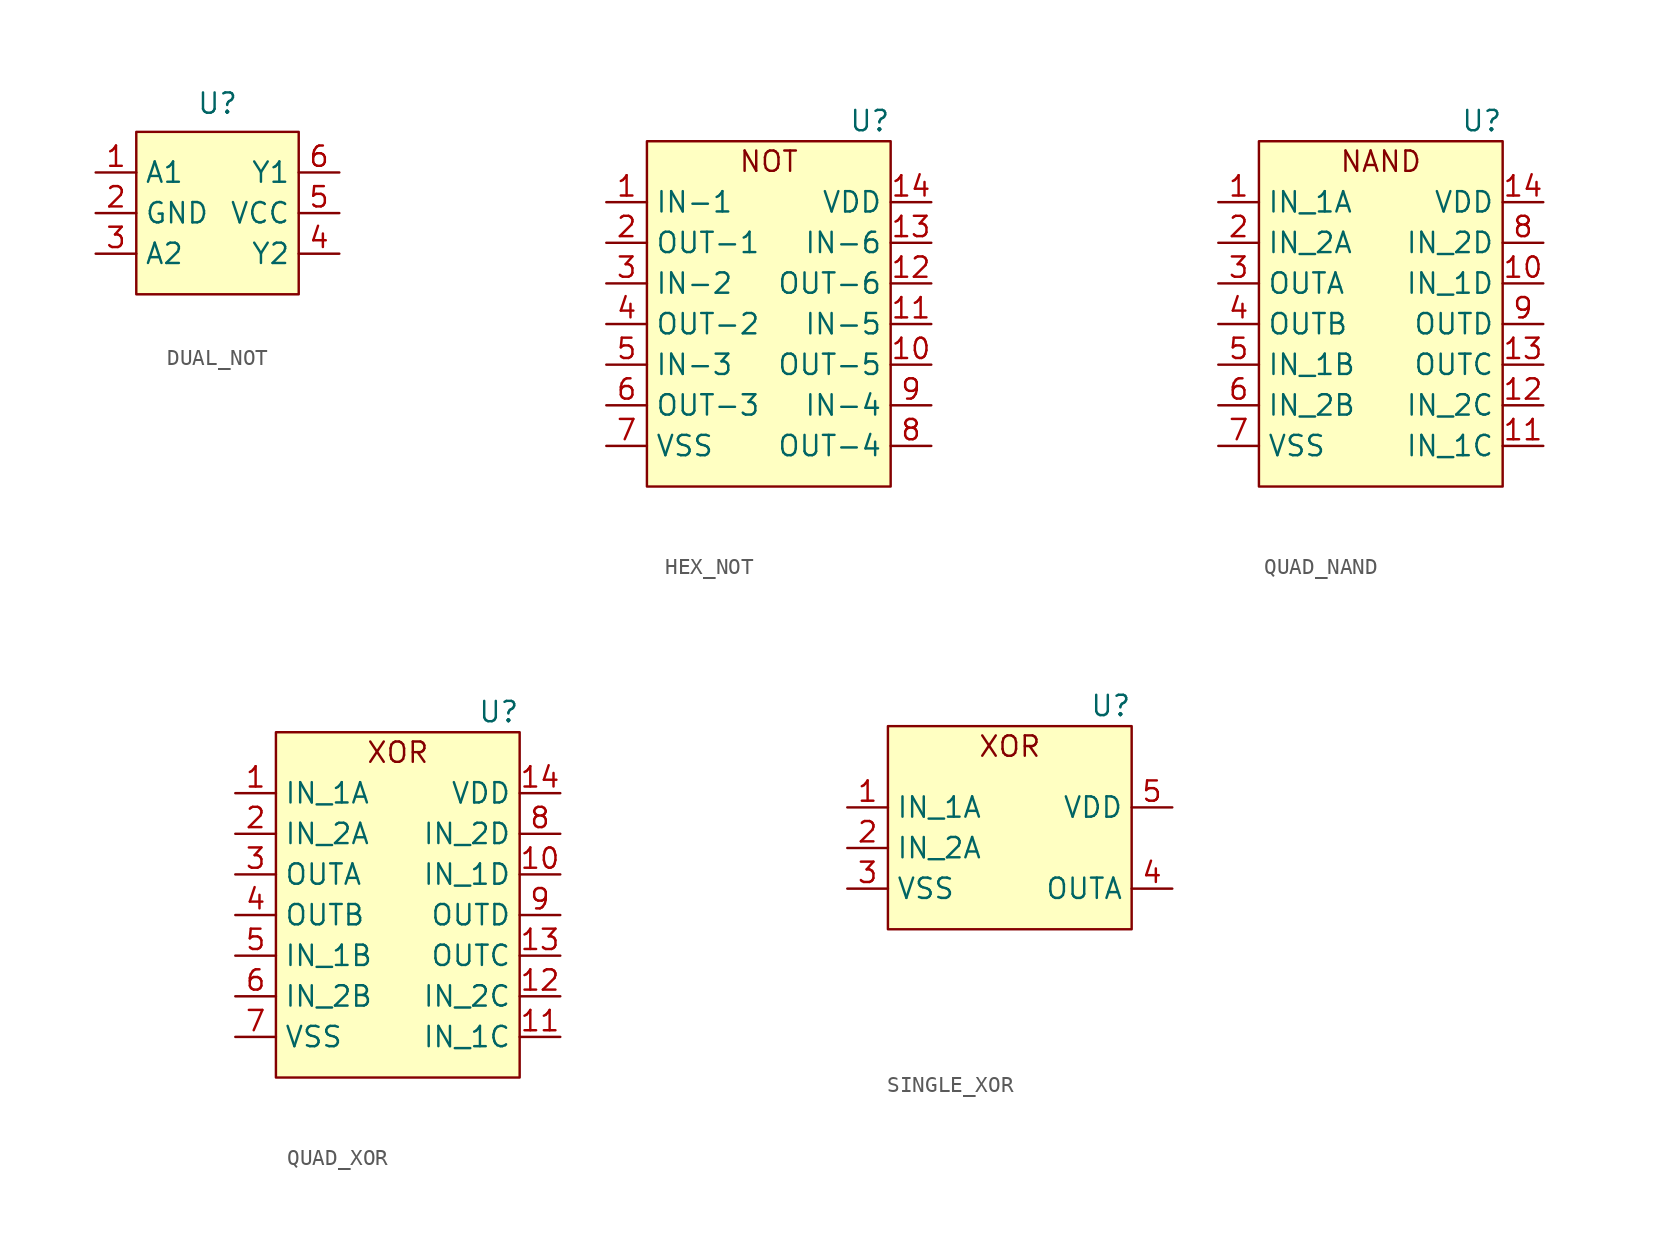
<source format=kicad_sym>
(kicad_symbol_lib
  (version 20231120)
  (generator "kicad_symbol_editor")
  (generator_version "8.0")
  (symbol "DUAL_NOT"
    (property "Reference" "U"
      (at 0 6.858 0)
      (effects (font (size 1.27 1.27))))
    (property "Value" ""
      (at -7.62 -6.35 0)
      (effects (font (size 1.27 1.27))))
    (symbol "DUAL_NOT_1_1"
      (rectangle (start -5.08 5.08) (end 5.08 -5.08) (stroke (width 0) (type default)) (fill (type background)))
      (pin input line (at -7.62 2.54 0) (length 2.54) (name "A1" (effects (font (size 1.27 1.27)))) (number "1" (effects (font (size 1.27 1.27)))))
      (pin input line (at -7.62 0 0) (length 2.54) (name "GND" (effects (font (size 1.27 1.27)))) (number "2" (effects (font (size 1.27 1.27)))))
      (pin input line (at -7.62 -2.54 0) (length 2.54) (name "A2" (effects (font (size 1.27 1.27)))) (number "3" (effects (font (size 1.27 1.27)))))
      (pin input line (at 7.62 -2.54 180) (length 2.54) (name "Y2" (effects (font (size 1.27 1.27)))) (number "4" (effects (font (size 1.27 1.27)))))
      (pin input line (at 7.62 0 180) (length 2.54) (name "VCC" (effects (font (size 1.27 1.27)))) (number "5" (effects (font (size 1.27 1.27)))))
      (pin input line (at 7.62 2.54 180) (length 2.54) (name "Y1" (effects (font (size 1.27 1.27)))) (number "6" (effects (font (size 1.27 1.27)))))))
  (symbol "HEX_NOT"
    (property "Reference" "U"
      (at 7.62 11.43 0)
      (effects (font (size 1.27 1.27)) (justify right)))
    (property "Value" ""
      (at -17.78 -12.7 0)
      (effects (font (size 1.27 1.27))))
    (symbol "HEX_NOT_1_1"
      (rectangle (start -7.62 10.16) (end 7.62 -11.43) (stroke (width 0) (type default)) (fill (type background)))
      (text "NOT" (at 0 8.89 0) (effects (font (size 1.27 1.27))))
      (pin input line (at -10.16 6.35 0) (length 2.54) (name "IN-1" (effects (font (size 1.27 1.27)))) (number "1" (effects (font (size 1.27 1.27)))))
      (pin input line (at 10.16 -3.81 180) (length 2.54) (name "OUT-5" (effects (font (size 1.27 1.27)))) (number "10" (effects (font (size 1.27 1.27)))))
      (pin input line (at 10.16 -1.27 180) (length 2.54) (name "IN-5" (effects (font (size 1.27 1.27)))) (number "11" (effects (font (size 1.27 1.27)))))
      (pin input line (at 10.16 1.27 180) (length 2.54) (name "OUT-6" (effects (font (size 1.27 1.27)))) (number "12" (effects (font (size 1.27 1.27)))))
      (pin input line (at 10.16 3.81 180) (length 2.54) (name "IN-6" (effects (font (size 1.27 1.27)))) (number "13" (effects (font (size 1.27 1.27)))))
      (pin input line (at 10.16 6.35 180) (length 2.54) (name "VDD" (effects (font (size 1.27 1.27)))) (number "14" (effects (font (size 1.27 1.27)))) (alternate "VCC" input line))
      (pin input line (at -10.16 3.81 0) (length 2.54) (name "OUT-1" (effects (font (size 1.27 1.27)))) (number "2" (effects (font (size 1.27 1.27)))))
      (pin input line (at -10.16 1.27 0) (length 2.54) (name "IN-2" (effects (font (size 1.27 1.27)))) (number "3" (effects (font (size 1.27 1.27)))))
      (pin input line (at -10.16 -1.27 0) (length 2.54) (name "OUT-2" (effects (font (size 1.27 1.27)))) (number "4" (effects (font (size 1.27 1.27)))))
      (pin input line (at -10.16 -3.81 0) (length 2.54) (name "IN-3" (effects (font (size 1.27 1.27)))) (number "5" (effects (font (size 1.27 1.27)))))
      (pin input line (at -10.16 -6.35 0) (length 2.54) (name "OUT-3" (effects (font (size 1.27 1.27)))) (number "6" (effects (font (size 1.27 1.27)))))
      (pin input line (at -10.16 -8.89 0) (length 2.54) (name "VSS" (effects (font (size 1.27 1.27)))) (number "7" (effects (font (size 1.27 1.27)))) (alternate "GND" input line))
      (pin input line (at 10.16 -8.89 180) (length 2.54) (name "OUT-4" (effects (font (size 1.27 1.27)))) (number "8" (effects (font (size 1.27 1.27)))))
      (pin input line (at 10.16 -6.35 180) (length 2.54) (name "IN-4" (effects (font (size 1.27 1.27)))) (number "9" (effects (font (size 1.27 1.27)))))))
  (symbol "QUAD_NAND"
    (property "Reference" "U"
      (at 7.62 11.43 0)
      (effects (font (size 1.27 1.27)) (justify right)))
    (property "Value" ""
      (at -17.78 -12.7 0)
      (effects (font (size 1.27 1.27))))
    (symbol "QUAD_NAND_1_1"
      (rectangle (start -7.62 10.16) (end 7.62 -11.43) (stroke (width 0) (type default)) (fill (type background)))
      (text "NAND" (at 0 8.89 0) (effects (font (size 1.27 1.27))))
      (pin input line (at -10.16 6.35 0) (length 2.54) (name "IN_1A" (effects (font (size 1.27 1.27)))) (number "1" (effects (font (size 1.27 1.27)))) (alternate "1A" input line))
      (pin input line (at 10.16 1.27 180) (length 2.54) (name "IN_1D" (effects (font (size 1.27 1.27)))) (number "10" (effects (font (size 1.27 1.27)))) (alternate "4A" input line))
      (pin input line (at 10.16 -8.89 180) (length 2.54) (name "IN_1C" (effects (font (size 1.27 1.27)))) (number "11" (effects (font (size 1.27 1.27)))) (alternate "3A" input line))
      (pin input line (at 10.16 -6.35 180) (length 2.54) (name "IN_2C" (effects (font (size 1.27 1.27)))) (number "12" (effects (font (size 1.27 1.27)))) (alternate "3B" input line))
      (pin input line (at 10.16 -3.81 180) (length 2.54) (name "OUTC" (effects (font (size 1.27 1.27)))) (number "13" (effects (font (size 1.27 1.27)))) (alternate "3Y" input line))
      (pin input line (at 10.16 6.35 180) (length 2.54) (name "VDD" (effects (font (size 1.27 1.27)))) (number "14" (effects (font (size 1.27 1.27)))) (alternate "VCC" power_in line))
      (pin input line (at -10.16 3.81 0) (length 2.54) (name "IN_2A" (effects (font (size 1.27 1.27)))) (number "2" (effects (font (size 1.27 1.27)))) (alternate "1B" input line))
      (pin input line (at -10.16 1.27 0) (length 2.54) (name "OUTA" (effects (font (size 1.27 1.27)))) (number "3" (effects (font (size 1.27 1.27)))) (alternate "1Y" input line))
      (pin input line (at -10.16 -1.27 0) (length 2.54) (name "OUTB" (effects (font (size 1.27 1.27)))) (number "4" (effects (font (size 1.27 1.27)))) (alternate "2Y" input line))
      (pin input line (at -10.16 -3.81 0) (length 2.54) (name "IN_1B" (effects (font (size 1.27 1.27)))) (number "5" (effects (font (size 1.27 1.27)))) (alternate "2A" input line))
      (pin input line (at -10.16 -6.35 0) (length 2.54) (name "IN_2B" (effects (font (size 1.27 1.27)))) (number "6" (effects (font (size 1.27 1.27)))) (alternate "2B" input line))
      (pin power_in line (at -10.16 -8.89 0) (length 2.54) (name "VSS" (effects (font (size 1.27 1.27)))) (number "7" (effects (font (size 1.27 1.27)))) (alternate "GND" power_in line))
      (pin input line (at 10.16 3.81 180) (length 2.54) (name "IN_2D" (effects (font (size 1.27 1.27)))) (number "8" (effects (font (size 1.27 1.27)))) (alternate "4B" input line))
      (pin input line (at 10.16 -1.27 180) (length 2.54) (name "OUTD" (effects (font (size 1.27 1.27)))) (number "9" (effects (font (size 1.27 1.27)))) (alternate "4Y" input line))))
  (symbol "QUAD_XOR"
    (property "Reference" "U"
      (at 7.62 11.43 0)
      (effects (font (size 1.27 1.27)) (justify right)))
    (property "Value" ""
      (at -17.78 -12.7 0)
      (effects (font (size 1.27 1.27))))
    (symbol "QUAD_XOR_1_1"
      (rectangle (start -7.62 10.16) (end 7.62 -11.43) (stroke (width 0) (type default)) (fill (type background)))
      (text "XOR" (at 0 8.89 0) (effects (font (size 1.27 1.27))))
      (pin input line (at -10.16 6.35 0) (length 2.54) (name "IN_1A" (effects (font (size 1.27 1.27)))) (number "1" (effects (font (size 1.27 1.27)))) (alternate "1A" input line))
      (pin input line (at 10.16 1.27 180) (length 2.54) (name "IN_1D" (effects (font (size 1.27 1.27)))) (number "10" (effects (font (size 1.27 1.27)))) (alternate "4A" input line))
      (pin input line (at 10.16 -8.89 180) (length 2.54) (name "IN_1C" (effects (font (size 1.27 1.27)))) (number "11" (effects (font (size 1.27 1.27)))) (alternate "3A" input line))
      (pin input line (at 10.16 -6.35 180) (length 2.54) (name "IN_2C" (effects (font (size 1.27 1.27)))) (number "12" (effects (font (size 1.27 1.27)))) (alternate "3B" input line))
      (pin input line (at 10.16 -3.81 180) (length 2.54) (name "OUTC" (effects (font (size 1.27 1.27)))) (number "13" (effects (font (size 1.27 1.27)))) (alternate "3Y" input line))
      (pin input line (at 10.16 6.35 180) (length 2.54) (name "VDD" (effects (font (size 1.27 1.27)))) (number "14" (effects (font (size 1.27 1.27)))) (alternate "VCC" power_in line))
      (pin input line (at -10.16 3.81 0) (length 2.54) (name "IN_2A" (effects (font (size 1.27 1.27)))) (number "2" (effects (font (size 1.27 1.27)))) (alternate "1B" input line))
      (pin input line (at -10.16 1.27 0) (length 2.54) (name "OUTA" (effects (font (size 1.27 1.27)))) (number "3" (effects (font (size 1.27 1.27)))) (alternate "1Y" input line))
      (pin input line (at -10.16 -1.27 0) (length 2.54) (name "OUTB" (effects (font (size 1.27 1.27)))) (number "4" (effects (font (size 1.27 1.27)))) (alternate "2Y" input line))
      (pin input line (at -10.16 -3.81 0) (length 2.54) (name "IN_1B" (effects (font (size 1.27 1.27)))) (number "5" (effects (font (size 1.27 1.27)))) (alternate "2A" input line))
      (pin input line (at -10.16 -6.35 0) (length 2.54) (name "IN_2B" (effects (font (size 1.27 1.27)))) (number "6" (effects (font (size 1.27 1.27)))) (alternate "2B" input line))
      (pin power_in line (at -10.16 -8.89 0) (length 2.54) (name "VSS" (effects (font (size 1.27 1.27)))) (number "7" (effects (font (size 1.27 1.27)))) (alternate "GND" power_in line))
      (pin input line (at 10.16 3.81 180) (length 2.54) (name "IN_2D" (effects (font (size 1.27 1.27)))) (number "8" (effects (font (size 1.27 1.27)))) (alternate "4B" input line))
      (pin input line (at 10.16 -1.27 180) (length 2.54) (name "OUTD" (effects (font (size 1.27 1.27)))) (number "9" (effects (font (size 1.27 1.27)))) (alternate "4Y" input line))))
  (symbol "SINGLE_XOR"
    (property "Reference" "U"
      (at 7.62 7.62 0)
      (effects (font (size 1.27 1.27)) (justify right)))
    (property "Value" ""
      (at -17.78 -12.7 0)
      (effects (font (size 1.27 1.27))))
    (symbol "SINGLE_XOR_1_1"
      (rectangle (start -7.62 6.35) (end 7.62 -6.35) (stroke (width 0) (type default)) (fill (type background)))
      (text "XOR" (at 0 5.08 0) (effects (font (size 1.27 1.27))))
      (pin input line (at -10.16 1.27 0) (length 2.54) (name "IN_1A" (effects (font (size 1.27 1.27)))) (number "1" (effects (font (size 1.27 1.27)))) (alternate "1A" input line))
      (pin input line (at -10.16 -1.27 0) (length 2.54) (name "IN_2A" (effects (font (size 1.27 1.27)))) (number "2" (effects (font (size 1.27 1.27)))) (alternate "1B" input line))
      (pin power_in line (at -10.16 -3.81 0) (length 2.54) (name "VSS" (effects (font (size 1.27 1.27)))) (number "3" (effects (font (size 1.27 1.27)))) (alternate "GND" power_in line))
      (pin input line (at 10.16 -3.81 180) (length 2.54) (name "OUTA" (effects (font (size 1.27 1.27)))) (number "4" (effects (font (size 1.27 1.27)))) (alternate "1Y" input line))
      (pin input line (at 10.16 1.27 180) (length 2.54) (name "VDD" (effects (font (size 1.27 1.27)))) (number "5" (effects (font (size 1.27 1.27)))) (alternate "VCC" power_in line)))))
</source>
